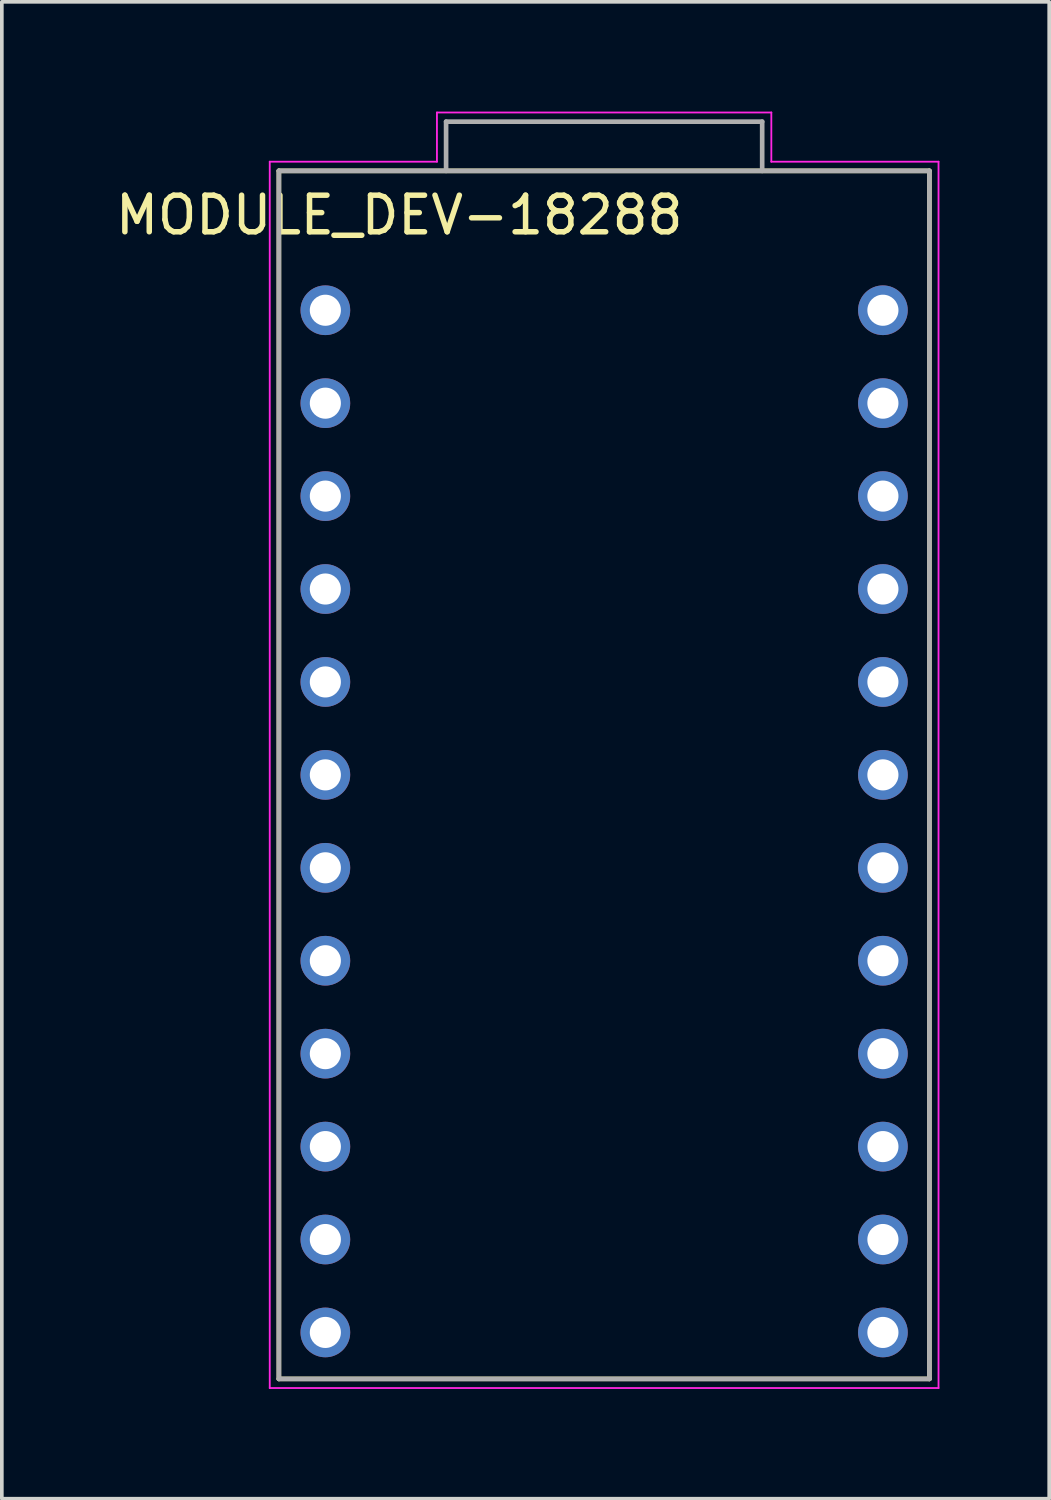
<source format=kicad_pcb>
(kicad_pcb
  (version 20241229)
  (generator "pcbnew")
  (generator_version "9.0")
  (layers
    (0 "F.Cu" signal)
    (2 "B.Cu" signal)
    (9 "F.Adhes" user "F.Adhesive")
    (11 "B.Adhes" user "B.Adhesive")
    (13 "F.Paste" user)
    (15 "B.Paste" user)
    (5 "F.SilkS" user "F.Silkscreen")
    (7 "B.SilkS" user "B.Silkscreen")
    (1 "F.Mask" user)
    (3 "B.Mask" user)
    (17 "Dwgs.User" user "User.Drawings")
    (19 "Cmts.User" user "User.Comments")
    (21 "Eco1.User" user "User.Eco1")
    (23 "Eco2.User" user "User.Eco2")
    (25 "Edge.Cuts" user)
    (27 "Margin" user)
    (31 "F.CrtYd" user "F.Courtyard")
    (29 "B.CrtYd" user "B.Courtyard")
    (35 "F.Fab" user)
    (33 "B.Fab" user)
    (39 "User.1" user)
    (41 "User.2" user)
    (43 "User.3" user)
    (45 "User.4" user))
  (footprint "MODULE_DEV-18288"
    (layer "F.Cu")
    (at 13.463 18.13)
    (property "Reference" "MODULE_DEV-18288" (at -5.6 -15.3 0) (layer "F.SilkS") (effects (font (size 1 1) (thickness 0.15))))
    (attr through_hole)
    (fp_line (start -8.89 -16.51) (end 8.89 -16.51) (stroke (width 0.127) (type solid)) (layer "F.SilkS"))
    (fp_line (start -8.89 16.51) (end -8.89 -16.51) (stroke (width 0.127) (type solid)) (layer "F.SilkS"))
    (fp_line (start 8.89 -16.51) (end 8.89 16.51) (stroke (width 0.127) (type solid)) (layer "F.SilkS"))
    (fp_line (start 8.89 16.51) (end -8.89 16.51) (stroke (width 0.127) (type solid)) (layer "F.SilkS"))
    (fp_line (start -9.14 -16.76) (end -9.14 16.76) (stroke (width 0.05) (type solid)) (layer "F.CrtYd"))
    (fp_line (start -9.14 16.76) (end 9.14 16.76) (stroke (width 0.05) (type solid)) (layer "F.CrtYd"))
    (fp_line (start -4.57 -18.105) (end -4.57 -16.76) (stroke (width 0.05) (type solid)) (layer "F.CrtYd"))
    (fp_line (start -4.57 -16.76) (end -9.14 -16.76) (stroke (width 0.05) (type solid)) (layer "F.CrtYd"))
    (fp_line (start 4.57 -18.105) (end -4.57 -18.105) (stroke (width 0.05) (type solid)) (layer "F.CrtYd"))
    (fp_line (start 4.57 -16.76) (end 4.57 -18.105) (stroke (width 0.05) (type solid)) (layer "F.CrtYd"))
    (fp_line (start 9.14 -16.76) (end 4.57 -16.76) (stroke (width 0.05) (type solid)) (layer "F.CrtYd"))
    (fp_line (start 9.14 16.76) (end 9.14 -16.76) (stroke (width 0.05) (type solid)) (layer "F.CrtYd"))
    (fp_line (start -8.89 -16.51) (end -4.32 -16.51) (stroke (width 0.127) (type solid)) (layer "F.Fab"))
    (fp_line (start -8.89 16.51) (end -8.89 -16.51) (stroke (width 0.127) (type solid)) (layer "F.Fab"))
    (fp_line (start -4.32 -17.855) (end 4.32 -17.855) (stroke (width 0.127) (type solid)) (layer "F.Fab"))
    (fp_line (start -4.32 -16.51) (end -4.32 -17.855) (stroke (width 0.127) (type solid)) (layer "F.Fab"))
    (fp_line (start -4.32 -16.51) (end 4.32 -16.51) (stroke (width 0.127) (type solid)) (layer "F.Fab"))
    (fp_line (start 4.32 -17.855) (end 4.32 -16.51) (stroke (width 0.127) (type solid)) (layer "F.Fab"))
    (fp_line (start 4.32 -16.51) (end 8.89 -16.51) (stroke (width 0.127) (type solid)) (layer "F.Fab"))
    (fp_line (start 8.89 -16.51) (end 8.89 16.51) (stroke (width 0.127) (type solid)) (layer "F.Fab"))
    (fp_line (start 8.89 16.51) (end -8.89 16.51) (stroke (width 0.127) (type solid)) (layer "F.Fab"))
    (pad "J3_1" thru_hole circle (at -7.62 15.24) (size 1.358 1.358) (drill 0.85) (layers "*.Cu" "*.Mask"))
    (pad "J3_2" thru_hole circle (at -7.62 12.7) (size 1.358 1.358) (drill 0.85) (layers "*.Cu" "*.Mask"))
    (pad "J3_3" thru_hole circle (at -7.62 10.16) (size 1.358 1.358) (drill 0.85) (layers "*.Cu" "*.Mask"))
    (pad "J3_4" thru_hole circle (at -7.62 7.62) (size 1.358 1.358) (drill 0.85) (layers "*.Cu" "*.Mask"))
    (pad "J3_5" thru_hole circle (at -7.62 5.08) (size 1.358 1.358) (drill 0.85) (layers "*.Cu" "*.Mask"))
    (pad "J3_6" thru_hole circle (at -7.62 2.54) (size 1.358 1.358) (drill 0.85) (layers "*.Cu" "*.Mask"))
    (pad "J3_7" thru_hole circle (at -7.62 0) (size 1.358 1.358) (drill 0.85) (layers "*.Cu" "*.Mask"))
    (pad "J3_8" thru_hole circle (at -7.62 -2.54) (size 1.358 1.358) (drill 0.85) (layers "*.Cu" "*.Mask"))
    (pad "J3_9" thru_hole circle (at -7.62 -5.08) (size 1.358 1.358) (drill 0.85) (layers "*.Cu" "*.Mask"))
    (pad "J3_10" thru_hole circle (at -7.62 -7.62) (size 1.358 1.358) (drill 0.85) (layers "*.Cu" "*.Mask"))
    (pad "J3_11" thru_hole circle (at -7.62 -10.16) (size 1.358 1.358) (drill 0.85) (layers "*.Cu" "*.Mask"))
    (pad "J3_12" thru_hole circle (at -7.62 -12.7) (size 1.358 1.358) (drill 0.85) (layers "*.Cu" "*.Mask"))
    (pad "J4_1" thru_hole circle (at 7.62 -12.7) (size 1.358 1.358) (drill 0.85) (layers "*.Cu" "*.Mask"))
    (pad "J4_2" thru_hole circle (at 7.62 -10.16) (size 1.358 1.358) (drill 0.85) (layers "*.Cu" "*.Mask"))
    (pad "J4_3" thru_hole circle (at 7.62 -7.62) (size 1.358 1.358) (drill 0.85) (layers "*.Cu" "*.Mask"))
    (pad "J4_4" thru_hole circle (at 7.62 -5.08) (size 1.358 1.358) (drill 0.85) (layers "*.Cu" "*.Mask"))
    (pad "J4_5" thru_hole circle (at 7.62 -2.54) (size 1.358 1.358) (drill 0.85) (layers "*.Cu" "*.Mask"))
    (pad "J4_6" thru_hole circle (at 7.62 0) (size 1.358 1.358) (drill 0.85) (layers "*.Cu" "*.Mask"))
    (pad "J4_7" thru_hole circle (at 7.62 2.54) (size 1.358 1.358) (drill 0.85) (layers "*.Cu" "*.Mask"))
    (pad "J4_8" thru_hole circle (at 7.62 5.08) (size 1.358 1.358) (drill 0.85) (layers "*.Cu" "*.Mask"))
    (pad "J4_9" thru_hole circle (at 7.62 7.62) (size 1.358 1.358) (drill 0.85) (layers "*.Cu" "*.Mask"))
    (pad "J4_10" thru_hole circle (at 7.62 10.16) (size 1.358 1.358) (drill 0.85) (layers "*.Cu" "*.Mask"))
    (pad "J4_11" thru_hole circle (at 7.62 12.7) (size 1.358 1.358) (drill 0.85) (layers "*.Cu" "*.Mask"))
    (pad "J4_12" thru_hole circle (at 7.62 15.24) (size 1.358 1.358) (drill 0.85) (layers "*.Cu" "*.Mask")))
  (gr_rect
    (start -3 -3)
    (end 25.628 37.915)
    (stroke (width 0.1) (type default))
    (fill no)
    (layer "Edge.Cuts")))
</source>
